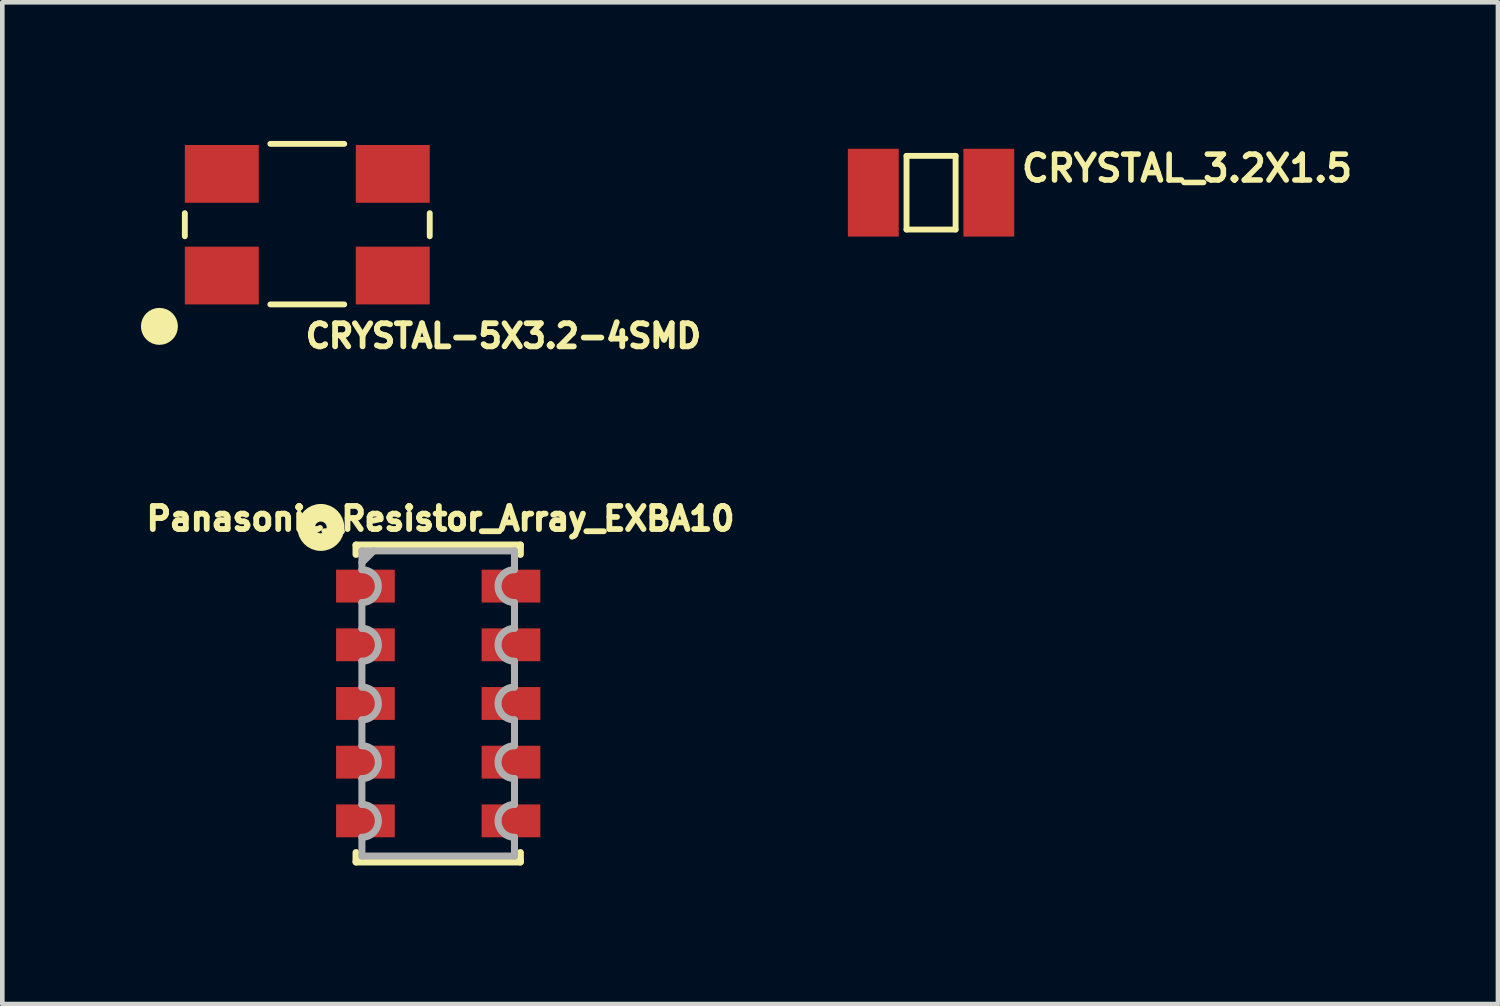
<source format=kicad_pcb>
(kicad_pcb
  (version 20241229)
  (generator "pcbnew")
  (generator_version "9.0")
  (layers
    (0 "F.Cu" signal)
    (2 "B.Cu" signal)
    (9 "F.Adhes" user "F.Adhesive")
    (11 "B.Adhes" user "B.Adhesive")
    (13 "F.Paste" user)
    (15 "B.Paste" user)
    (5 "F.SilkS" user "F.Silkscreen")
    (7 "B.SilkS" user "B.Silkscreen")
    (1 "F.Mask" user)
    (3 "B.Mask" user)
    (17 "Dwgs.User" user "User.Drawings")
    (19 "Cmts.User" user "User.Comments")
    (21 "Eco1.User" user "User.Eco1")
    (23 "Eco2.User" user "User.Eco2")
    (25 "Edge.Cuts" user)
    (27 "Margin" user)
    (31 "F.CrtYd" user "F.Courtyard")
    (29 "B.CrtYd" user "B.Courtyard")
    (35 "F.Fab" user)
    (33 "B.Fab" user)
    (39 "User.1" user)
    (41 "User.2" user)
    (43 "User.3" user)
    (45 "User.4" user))
  (footprint "CRYSTAL_3.2X1.5"
    (layer "F.Cu")
    (at 17.099 1.12)
    (property "Reference" "CRYSTAL_3.2X1.5" (at 1.9 -0.2 0) (layer "F.SilkS") (effects (font (size 0.56 0.56) (thickness 0.12)) (justify left bottom)))
    (fp_line (start -0.531 -0.797) (end 0.531 -0.797) (stroke (width 0.127) (type solid)) (layer "F.SilkS"))
    (fp_line (start -0.531 0.797) (end -0.531 -0.797) (stroke (width 0.127) (type solid)) (layer "F.SilkS"))
    (fp_line (start 0.531 -0.797) (end 0.531 0.797) (stroke (width 0.127) (type solid)) (layer "F.SilkS"))
    (fp_line (start 0.531 0.797) (end -0.531 0.797) (stroke (width 0.127) (type solid)) (layer "F.SilkS"))
    (pad "1" smd rect (at -1.25 0) (size 1.1 1.9) (layers "F.Cu" "F.Mask" "F.Paste"))
    (pad "2" smd rect (at 1.25 0) (size 1.1 1.9) (layers "F.Cu" "F.Mask" "F.Paste")))
  (footprint "Panasonic_Resistor_Array_EXBA10"
    (layer "F.Cu")
    (at 6.433 12.174)
    (property "Reference" "Panasonic_Resistor_Array_EXBA10" (at 0.05 -4 0) (layer "F.SilkS") (effects (font (size 0.5 0.5) (thickness 0.125) (bold yes))))
    (fp_line (start -1.778 -3.429) (end 1.778 -3.429) (stroke (width 0.152) (type solid)) (layer "F.SilkS"))
    (fp_line (start -1.778 -3.226) (end -1.778 -3.429) (stroke (width 0.152) (type solid)) (layer "F.SilkS"))
    (fp_line (start -1.778 3.226) (end -1.778 3.429) (stroke (width 0.152) (type solid)) (layer "F.SilkS"))
    (fp_line (start -1.778 3.429) (end 1.778 3.429) (stroke (width 0.152) (type solid)) (layer "F.SilkS"))
    (fp_line (start 1.778 -3.226) (end 1.778 -3.429) (stroke (width 0.152) (type solid)) (layer "F.SilkS"))
    (fp_line (start 1.778 3.226) (end 1.778 3.429) (stroke (width 0.152) (type solid)) (layer "F.SilkS"))
    (fp_circle (center -2.54 -3.81) (end -2.413 -3.81) (stroke (width 0.381) (type solid)) (fill no) (layer "F.SilkS"))
    (fp_line (start -1.651 -3.302) (end 1.651 -3.302) (stroke (width 0.152) (type solid)) (layer "F.Fab"))
    (fp_line (start -1.651 -2.896) (end -1.651 -3.302) (stroke (width 0.152) (type solid)) (layer "F.Fab"))
    (fp_line (start -1.651 -2.184) (end -1.651 -1.626) (stroke (width 0.152) (type solid)) (layer "F.Fab"))
    (fp_line (start -1.651 -0.914) (end -1.651 -0.356) (stroke (width 0.152) (type solid)) (layer "F.Fab"))
    (fp_line (start -1.651 0.356) (end -1.651 0.914) (stroke (width 0.152) (type solid)) (layer "F.Fab"))
    (fp_line (start -1.651 1.626) (end -1.651 2.184) (stroke (width 0.152) (type solid)) (layer "F.Fab"))
    (fp_line (start -1.651 2.896) (end -1.651 3.302) (stroke (width 0.152) (type solid)) (layer "F.Fab"))
    (fp_line (start -1.651 3.302) (end 1.651 3.302) (stroke (width 0.152) (type solid)) (layer "F.Fab"))
    (fp_line (start -1.397 -3.302) (end -1.651 -3.048) (stroke (width 0.152) (type solid)) (layer "F.Fab"))
    (fp_line (start 1.651 -2.896) (end 1.651 -3.302) (stroke (width 0.152) (type solid)) (layer "F.Fab"))
    (fp_line (start 1.651 -2.184) (end 1.651 -1.626) (stroke (width 0.152) (type solid)) (layer "F.Fab"))
    (fp_line (start 1.651 -0.914) (end 1.651 -0.356) (stroke (width 0.152) (type solid)) (layer "F.Fab"))
    (fp_line (start 1.651 0.356) (end 1.651 0.914) (stroke (width 0.152) (type solid)) (layer "F.Fab"))
    (fp_line (start 1.651 1.626) (end 1.651 2.184) (stroke (width 0.152) (type solid)) (layer "F.Fab"))
    (fp_line (start 1.651 2.896) (end 1.651 3.302) (stroke (width 0.152) (type solid)) (layer "F.Fab"))
    (fp_arc (start -1.651 -2.8956) (mid -1.2954 -2.54) (end -1.651 -2.1844) (stroke (width 0.1524) (type solid)) (layer "F.Fab"))
    (fp_arc (start -1.651 -1.6256) (mid -1.2954 -1.27) (end -1.651 -0.9144) (stroke (width 0.1524) (type solid)) (layer "F.Fab"))
    (fp_arc (start -1.651 -0.3556) (mid -1.2954 0) (end -1.651 0.3556) (stroke (width 0.1524) (type solid)) (layer "F.Fab"))
    (fp_arc (start -1.651 0.9144) (mid -1.2954 1.27) (end -1.651 1.6256) (stroke (width 0.1524) (type solid)) (layer "F.Fab"))
    (fp_arc (start -1.651 2.1844) (mid -1.2954 2.54) (end -1.651 2.8956) (stroke (width 0.1524) (type solid)) (layer "F.Fab"))
    (fp_arc (start 1.651 -2.1844) (mid 1.2954 -2.54) (end 1.651 -2.8956) (stroke (width 0.1524) (type solid)) (layer "F.Fab"))
    (fp_arc (start 1.651 -0.9144) (mid 1.2954 -1.27) (end 1.651 -1.6256) (stroke (width 0.1524) (type solid)) (layer "F.Fab"))
    (fp_arc (start 1.651 0.3556) (mid 1.2954 0) (end 1.651 -0.3556) (stroke (width 0.1524) (type solid)) (layer "F.Fab"))
    (fp_arc (start 1.651 1.6256) (mid 1.2954 1.27) (end 1.651 0.9144) (stroke (width 0.1524) (type solid)) (layer "F.Fab"))
    (fp_arc (start 1.651 2.8956) (mid 1.2954 2.54) (end 1.651 2.1844) (stroke (width 0.1524) (type solid)) (layer "F.Fab"))
    (pad "1" smd rect (at -1.575 -2.54) (size 1.27 0.711) (layers "F.Cu" "F.Mask" "F.Paste"))
    (pad "2" smd rect (at -1.575 -1.27) (size 1.27 0.711) (layers "F.Cu" "F.Mask" "F.Paste"))
    (pad "3" smd rect (at -1.575 0) (size 1.27 0.711) (layers "F.Cu" "F.Mask" "F.Paste"))
    (pad "4" smd rect (at -1.575 1.27) (size 1.27 0.711) (layers "F.Cu" "F.Mask" "F.Paste"))
    (pad "5" smd rect (at -1.575 2.54) (size 1.27 0.711) (layers "F.Cu" "F.Mask" "F.Paste"))
    (pad "6" smd rect (at 1.575 2.54 180) (size 1.27 0.711) (layers "F.Cu" "F.Mask" "F.Paste"))
    (pad "7" smd rect (at 1.575 1.27 180) (size 1.27 0.711) (layers "F.Cu" "F.Mask" "F.Paste"))
    (pad "8" smd rect (at 1.575 0 180) (size 1.27 0.711) (layers "F.Cu" "F.Mask" "F.Paste"))
    (pad "9" smd rect (at 1.575 -1.27 180) (size 1.27 0.711) (layers "F.Cu" "F.Mask" "F.Paste"))
    (pad "10" smd rect (at 1.575 -2.54 180) (size 1.27 0.711) (layers "F.Cu" "F.Mask" "F.Paste")))
  (footprint "CRYSTAL-5X3.2-4SMD"
    (layer "F.Cu")
    (at 3.6 1.813)
    (property "Reference" "CRYSTAL-5X3.2-4SMD" (at -0.1 2.7 0) (layer "F.SilkS") (effects (font (size 0.5 0.5) (thickness 0.125) (bold yes)) (justify left bottom)))
    (fp_line (start -2.65 0.25) (end -2.65 -0.25) (stroke (width 0.127) (type solid)) (layer "F.SilkS"))
    (fp_line (start -0.8 -1.75) (end 0.8 -1.75) (stroke (width 0.127) (type solid)) (layer "F.SilkS"))
    (fp_line (start -0.8 1.725) (end 0.8 1.725) (stroke (width 0.127) (type solid)) (layer "F.SilkS"))
    (fp_line (start 2.65 0.25) (end 2.65 -0.25) (stroke (width 0.127) (type solid)) (layer "F.SilkS"))
    (fp_circle (center -3.2 2.2) (end -3 2.2) (stroke (width 0.4) (type solid)) (fill no) (layer "F.SilkS"))
    (pad "1" smd rect (at -1.85 1.1) (size 1.6 1.25) (layers "F.Cu" "F.Mask" "F.Paste"))
    (pad "2" smd rect (at 1.85 1.1) (size 1.6 1.25) (layers "F.Cu" "F.Mask" "F.Paste"))
    (pad "3" smd rect (at 1.85 -1.1) (size 1.6 1.25) (layers "F.Cu" "F.Mask" "F.Paste"))
    (pad "4" smd rect (at -1.85 -1.1) (size 1.6 1.25) (layers "F.Cu" "F.Mask" "F.Paste")))
  (gr_rect
    (start -3 -3)
    (end 29.367 18.679)
    (stroke (width 0.1) (type default))
    (fill no)
    (layer "Edge.Cuts")))
</source>
